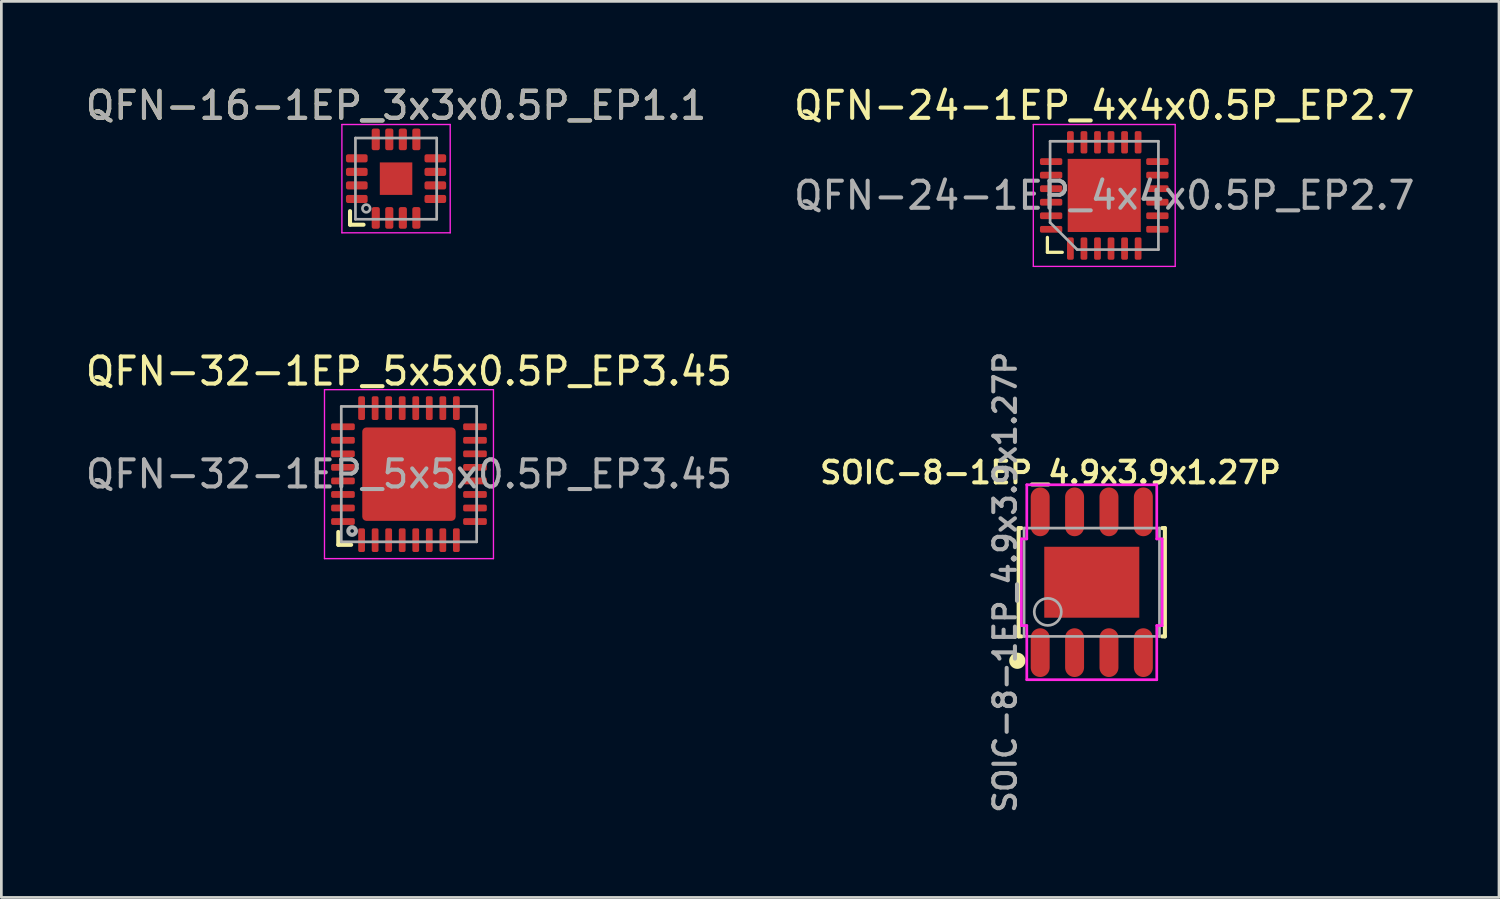
<source format=kicad_pcb>
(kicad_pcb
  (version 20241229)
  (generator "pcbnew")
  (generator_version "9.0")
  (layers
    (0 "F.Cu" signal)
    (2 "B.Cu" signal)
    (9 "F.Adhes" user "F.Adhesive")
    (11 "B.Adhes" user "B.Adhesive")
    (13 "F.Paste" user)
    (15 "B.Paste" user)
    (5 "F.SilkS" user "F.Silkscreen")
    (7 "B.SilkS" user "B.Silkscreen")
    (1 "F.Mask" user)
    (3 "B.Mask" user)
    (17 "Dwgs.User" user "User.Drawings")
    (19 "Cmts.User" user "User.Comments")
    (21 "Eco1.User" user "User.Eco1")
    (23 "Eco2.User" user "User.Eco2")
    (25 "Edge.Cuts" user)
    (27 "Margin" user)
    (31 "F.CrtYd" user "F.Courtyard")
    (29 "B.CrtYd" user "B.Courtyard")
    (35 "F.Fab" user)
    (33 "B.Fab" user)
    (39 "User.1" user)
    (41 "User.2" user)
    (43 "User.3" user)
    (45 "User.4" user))
  (footprint "QFN-24-1EP_4x4x0.5P_EP2.7"
    (layer "F.Cu")
    (at 37.732 4.168)
    (property "Reference" "QFN-24-1EP_4x4x0.5P_EP2.7" (at 0 -3.32 0) (layer "F.SilkS") (effects (font (size 1 1) (thickness 0.15))))
    (attr smd)
    (fp_line (start -2.1 2.1) (end -2.1 1.55) (stroke (width 0.12) (type solid)) (layer "F.SilkS"))
    (fp_line (start -2.1 2.1) (end -1.55 2.1) (stroke (width 0.12) (type solid)) (layer "F.SilkS"))
    (fp_line (start -2.62 -2.62) (end -2.62 2.62) (stroke (width 0.05) (type solid)) (layer "F.CrtYd"))
    (fp_line (start -2.62 2.62) (end 2.62 2.62) (stroke (width 0.05) (type solid)) (layer "F.CrtYd"))
    (fp_line (start 2.62 -2.62) (end -2.62 -2.62) (stroke (width 0.05) (type solid)) (layer "F.CrtYd"))
    (fp_line (start 2.62 2.62) (end 2.62 -2.62) (stroke (width 0.05) (type solid)) (layer "F.CrtYd"))
    (fp_line (start -2 -2) (end 2 -2) (stroke (width 0.1) (type solid)) (layer "F.Fab"))
    (fp_line (start -2 1) (end -2 -2) (stroke (width 0.1) (type solid)) (layer "F.Fab"))
    (fp_line (start -1 2) (end -2 1) (stroke (width 0.1) (type solid)) (layer "F.Fab"))
    (fp_line (start 2 -2) (end 2 2) (stroke (width 0.1) (type solid)) (layer "F.Fab"))
    (fp_line (start 2 2) (end -1 2) (stroke (width 0.1) (type solid)) (layer "F.Fab"))
    (fp_text user "${REFERENCE}" (at 0 0 0) (layer "F.Fab") (effects (font (size 1 1) (thickness 0.15))))
    (pad "" smd roundrect (at -0.675 -0.675 90) (size 1.09 1.09) (layers "F.Paste") (roundrect_rratio 0.229))
    (pad "" smd roundrect (at -0.675 0.675 90) (size 1.09 1.09) (layers "F.Paste") (roundrect_rratio 0.229))
    (pad "" smd roundrect (at 0.675 -0.675 90) (size 1.09 1.09) (layers "F.Paste") (roundrect_rratio 0.229))
    (pad "" smd roundrect (at 0.675 0.675 90) (size 1.09 1.09) (layers "F.Paste") (roundrect_rratio 0.229))
    (pad "1" smd roundrect (at -1.25 1.962 90) (size 0.825 0.25) (layers "F.Cu" "F.Mask" "F.Paste") (roundrect_rratio 0.25))
    (pad "2" smd roundrect (at -0.75 1.962 90) (size 0.825 0.25) (layers "F.Cu" "F.Mask" "F.Paste") (roundrect_rratio 0.25))
    (pad "3" smd roundrect (at -0.25 1.962 90) (size 0.825 0.25) (layers "F.Cu" "F.Mask" "F.Paste") (roundrect_rratio 0.25))
    (pad "4" smd roundrect (at 0.25 1.962 90) (size 0.825 0.25) (layers "F.Cu" "F.Mask" "F.Paste") (roundrect_rratio 0.25))
    (pad "5" smd roundrect (at 0.75 1.962 90) (size 0.825 0.25) (layers "F.Cu" "F.Mask" "F.Paste") (roundrect_rratio 0.25))
    (pad "6" smd roundrect (at 1.25 1.962 90) (size 0.825 0.25) (layers "F.Cu" "F.Mask" "F.Paste") (roundrect_rratio 0.25))
    (pad "7" smd roundrect (at 1.962 1.25 90) (size 0.25 0.825) (layers "F.Cu" "F.Mask" "F.Paste") (roundrect_rratio 0.25))
    (pad "8" smd roundrect (at 1.962 0.75 90) (size 0.25 0.825) (layers "F.Cu" "F.Mask" "F.Paste") (roundrect_rratio 0.25))
    (pad "9" smd roundrect (at 1.962 0.25 90) (size 0.25 0.825) (layers "F.Cu" "F.Mask" "F.Paste") (roundrect_rratio 0.25))
    (pad "10" smd roundrect (at 1.962 -0.25 90) (size 0.25 0.825) (layers "F.Cu" "F.Mask" "F.Paste") (roundrect_rratio 0.25))
    (pad "11" smd roundrect (at 1.962 -0.75 90) (size 0.25 0.825) (layers "F.Cu" "F.Mask" "F.Paste") (roundrect_rratio 0.25))
    (pad "12" smd roundrect (at 1.962 -1.25 90) (size 0.25 0.825) (layers "F.Cu" "F.Mask" "F.Paste") (roundrect_rratio 0.25))
    (pad "13" smd roundrect (at 1.25 -1.962 90) (size 0.825 0.25) (layers "F.Cu" "F.Mask" "F.Paste") (roundrect_rratio 0.25))
    (pad "14" smd roundrect (at 0.75 -1.962 90) (size 0.825 0.25) (layers "F.Cu" "F.Mask" "F.Paste") (roundrect_rratio 0.25))
    (pad "15" smd roundrect (at 0.25 -1.962 90) (size 0.825 0.25) (layers "F.Cu" "F.Mask" "F.Paste") (roundrect_rratio 0.25))
    (pad "16" smd roundrect (at -0.25 -1.962 90) (size 0.825 0.25) (layers "F.Cu" "F.Mask" "F.Paste") (roundrect_rratio 0.25))
    (pad "17" smd roundrect (at -0.75 -1.962 90) (size 0.825 0.25) (layers "F.Cu" "F.Mask" "F.Paste") (roundrect_rratio 0.25))
    (pad "18" smd roundrect (at -1.25 -1.962 90) (size 0.825 0.25) (layers "F.Cu" "F.Mask" "F.Paste") (roundrect_rratio 0.25))
    (pad "19" smd roundrect (at -1.962 -1.25 90) (size 0.25 0.825) (layers "F.Cu" "F.Mask" "F.Paste") (roundrect_rratio 0.25))
    (pad "20" smd roundrect (at -1.962 -0.75 90) (size 0.25 0.825) (layers "F.Cu" "F.Mask" "F.Paste") (roundrect_rratio 0.25))
    (pad "21" smd roundrect (at -1.962 -0.25 90) (size 0.25 0.825) (layers "F.Cu" "F.Mask" "F.Paste") (roundrect_rratio 0.25))
    (pad "22" smd roundrect (at -1.962 0.25 90) (size 0.25 0.825) (layers "F.Cu" "F.Mask" "F.Paste") (roundrect_rratio 0.25))
    (pad "23" smd roundrect (at -1.962 0.75 90) (size 0.25 0.825) (layers "F.Cu" "F.Mask" "F.Paste") (roundrect_rratio 0.25))
    (pad "24" smd roundrect (at -1.962 1.25 90) (size 0.25 0.825) (layers "F.Cu" "F.Mask" "F.Paste") (roundrect_rratio 0.25))
    (pad "25" smd rect (at 0 0 90) (size 2.7 2.7) (layers "F.Cu" "F.Mask")))
  (footprint "QFN-16-1EP_3x3x0.5P_EP1.1"
    (layer "F.Cu")
    (at 11.577 3.548)
    (property "Reference" "QFN-16-1EP_3x3x0.5P_EP1.1" (at 0 -2.7 0) (layer "F.SilkS") (effects (font (size 1 1) (thickness 0.15))))
    (attr smd)
    (fp_line (start -1.7 1.2) (end -1.7 1.7) (stroke (width 0.15) (type solid)) (layer "F.SilkS"))
    (fp_line (start -1.7 1.7) (end -1.2 1.7) (stroke (width 0.15) (type solid)) (layer "F.SilkS"))
    (fp_line (start -2 -2) (end 2 -2) (stroke (width 0.05) (type solid)) (layer "F.CrtYd"))
    (fp_line (start -2 2) (end -2 -2) (stroke (width 0.05) (type solid)) (layer "F.CrtYd"))
    (fp_line (start 2 -2) (end 2 2) (stroke (width 0.05) (type solid)) (layer "F.CrtYd"))
    (fp_line (start 2 2) (end -2 2) (stroke (width 0.05) (type solid)) (layer "F.CrtYd"))
    (fp_line (start -1.5 -1.5) (end 1.5 -1.5) (stroke (width 0.1) (type solid)) (layer "F.Fab"))
    (fp_line (start -1.5 1.5) (end -1.5 -1.5) (stroke (width 0.1) (type solid)) (layer "F.Fab"))
    (fp_line (start 1.5 -1.5) (end 1.5 1.5) (stroke (width 0.1) (type solid)) (layer "F.Fab"))
    (fp_line (start 1.5 1.5) (end -1.5 1.5) (stroke (width 0.1) (type solid)) (layer "F.Fab"))
    (fp_circle (center -1.1 1.1) (end -1.2 1) (stroke (width 0.1) (type solid)) (fill no) (layer "F.Fab"))
    (fp_text user "${REFERENCE}" (at 0 -2.7 0) (layer "F.Fab") (effects (font (size 1 1) (thickness 0.15))))
    (pad "1" smd roundrect (at -0.75 1.45 180) (size 0.3 0.8) (layers "F.Cu" "F.Mask" "F.Paste") (roundrect_rratio 0.25))
    (pad "2" smd roundrect (at -0.25 1.45 180) (size 0.3 0.8) (layers "F.Cu" "F.Mask" "F.Paste") (roundrect_rratio 0.25))
    (pad "3" smd roundrect (at 0.25 1.45 180) (size 0.3 0.8) (layers "F.Cu" "F.Mask" "F.Paste") (roundrect_rratio 0.25))
    (pad "4" smd roundrect (at 0.75 1.45 180) (size 0.3 0.8) (layers "F.Cu" "F.Mask" "F.Paste") (roundrect_rratio 0.25))
    (pad "5" smd roundrect (at 1.45 0.75 90) (size 0.3 0.8) (layers "F.Cu" "F.Mask" "F.Paste") (roundrect_rratio 0.25))
    (pad "6" smd roundrect (at 1.45 0.25 90) (size 0.3 0.8) (layers "F.Cu" "F.Mask" "F.Paste") (roundrect_rratio 0.25))
    (pad "7" smd roundrect (at 1.45 -0.25 90) (size 0.3 0.8) (layers "F.Cu" "F.Mask" "F.Paste") (roundrect_rratio 0.25))
    (pad "8" smd roundrect (at 1.45 -0.75 90) (size 0.3 0.8) (layers "F.Cu" "F.Mask" "F.Paste") (roundrect_rratio 0.25))
    (pad "9" smd roundrect (at 0.75 -1.45 180) (size 0.3 0.8) (layers "F.Cu" "F.Mask" "F.Paste") (roundrect_rratio 0.25))
    (pad "10" smd roundrect (at 0.25 -1.45 180) (size 0.3 0.8) (layers "F.Cu" "F.Mask" "F.Paste") (roundrect_rratio 0.25))
    (pad "11" smd roundrect (at -0.25 -1.45 180) (size 0.3 0.8) (layers "F.Cu" "F.Mask" "F.Paste") (roundrect_rratio 0.25))
    (pad "12" smd roundrect (at -0.75 -1.45 180) (size 0.3 0.8) (layers "F.Cu" "F.Mask" "F.Paste") (roundrect_rratio 0.25))
    (pad "13" smd roundrect (at -1.45 -0.75 90) (size 0.3 0.8) (layers "F.Cu" "F.Mask" "F.Paste") (roundrect_rratio 0.25))
    (pad "14" smd roundrect (at -1.45 -0.25 90) (size 0.3 0.8) (layers "F.Cu" "F.Mask" "F.Paste") (roundrect_rratio 0.25))
    (pad "15" smd roundrect (at -1.45 0.25 90) (size 0.3 0.8) (layers "F.Cu" "F.Mask" "F.Paste") (roundrect_rratio 0.25))
    (pad "16" smd roundrect (at -1.45 0.75 90) (size 0.3 0.8) (layers "F.Cu" "F.Mask" "F.Paste") (roundrect_rratio 0.25))
    (pad "17" smd rect (at 0 0 90) (size 1.2 1.2) (layers "F.Cu" "F.Mask" "F.Paste")))
  (footprint "SOIC-8-1EP_4.9x3.9x1.27P"
    (layer "F.Cu")
    (at 37.271 18.453)
    (property "Reference" "SOIC-8-1EP_4.9x3.9x1.27P" (at -1.524 -4.051 0) (layer "F.SilkS") (effects (font (size 0.8 0.8) (thickness 0.15))))
    (attr smd)
    (fp_line (start -2.7 -2) (end -2.7 2) (stroke (width 0.15) (type solid)) (layer "F.SilkS"))
    (fp_line (start -2.7 2) (end -2.6 2) (stroke (width 0.15) (type solid)) (layer "F.SilkS"))
    (fp_line (start -2.6 -2) (end -2.7 -2) (stroke (width 0.15) (type solid)) (layer "F.SilkS"))
    (fp_line (start 2.6 2) (end 2.7 2) (stroke (width 0.15) (type solid)) (layer "F.SilkS"))
    (fp_line (start 2.7 -2) (end 2.6 -2) (stroke (width 0.15) (type solid)) (layer "F.SilkS"))
    (fp_line (start 2.7 2) (end 2.7 -2) (stroke (width 0.15) (type solid)) (layer "F.SilkS"))
    (fp_circle (center -2.75 2.9) (end -2.6 2.9) (stroke (width 0.3) (type solid)) (fill no) (layer "F.SilkS"))
    (fp_line (start -2.6 -1.6) (end -2.6 1.6) (stroke (width 0.1) (type solid)) (layer "F.CrtYd"))
    (fp_line (start -2.6 1.6) (end -2.4 1.6) (stroke (width 0.1) (type solid)) (layer "F.CrtYd"))
    (fp_line (start -2.4 -3.6) (end -2.4 -1.6) (stroke (width 0.1) (type solid)) (layer "F.CrtYd"))
    (fp_line (start -2.4 -1.6) (end -2.6 -1.6) (stroke (width 0.1) (type solid)) (layer "F.CrtYd"))
    (fp_line (start -2.4 1.6) (end -2.4 3.6) (stroke (width 0.1) (type solid)) (layer "F.CrtYd"))
    (fp_line (start -2.4 3.6) (end 2.4 3.6) (stroke (width 0.1) (type solid)) (layer "F.CrtYd"))
    (fp_line (start 2.4 -3.6) (end -2.4 -3.6) (stroke (width 0.1) (type solid)) (layer "F.CrtYd"))
    (fp_line (start 2.4 -1.6) (end 2.4 -3.6) (stroke (width 0.1) (type solid)) (layer "F.CrtYd"))
    (fp_line (start 2.4 1.6) (end 2.6 1.6) (stroke (width 0.1) (type solid)) (layer "F.CrtYd"))
    (fp_line (start 2.4 3.6) (end 2.4 1.6) (stroke (width 0.1) (type solid)) (layer "F.CrtYd"))
    (fp_line (start 2.6 -1.6) (end 2.4 -1.6) (stroke (width 0.1) (type solid)) (layer "F.CrtYd"))
    (fp_line (start 2.6 1.6) (end 2.6 -1.6) (stroke (width 0.1) (type solid)) (layer "F.CrtYd"))
    (fp_line (start -2.5 -2) (end 2.5 -2) (stroke (width 0.1) (type solid)) (layer "F.Fab"))
    (fp_line (start -2.5 2) (end -2.5 -2) (stroke (width 0.1) (type solid)) (layer "F.Fab"))
    (fp_line (start 2.5 2) (end -2.5 2) (stroke (width 0.1) (type solid)) (layer "F.Fab"))
    (fp_line (start 2.5 2) (end 2.5 -2) (stroke (width 0.1) (type solid)) (layer "F.Fab"))
    (fp_circle (center -1.625 1.095) (end -1.125 1.095) (stroke (width 0.1) (type solid)) (fill no) (layer "F.Fab"))
    (fp_text user "${REFERENCE}" (at -3.2 0 90) (layer "F.Fab") (effects (font (size 0.8 0.8) (thickness 0.15))))
    (pad "1" smd oval (at -1.905 2.6 180) (size 0.7 1.8) (layers "F.Cu" "F.Mask" "F.Paste"))
    (pad "2" smd oval (at -0.635 2.6 180) (size 0.7 1.8) (layers "F.Cu" "F.Mask" "F.Paste"))
    (pad "3" smd oval (at 0.635 2.6 180) (size 0.7 1.8) (layers "F.Cu" "F.Mask" "F.Paste"))
    (pad "4" smd oval (at 1.905 2.6 180) (size 0.7 1.8) (layers "F.Cu" "F.Mask" "F.Paste"))
    (pad "5" smd oval (at 1.905 -2.6 180) (size 0.7 1.8) (layers "F.Cu" "F.Mask" "F.Paste"))
    (pad "6" smd oval (at 0.635 -2.6 180) (size 0.7 1.8) (layers "F.Cu" "F.Mask" "F.Paste"))
    (pad "7" smd oval (at -0.635 -2.6 180) (size 0.7 1.8) (layers "F.Cu" "F.Mask" "F.Paste"))
    (pad "8" smd oval (at -1.905 -2.6 180) (size 0.7 1.8) (layers "F.Cu" "F.Mask" "F.Paste"))
    (pad "9" smd rect (at 0 0 180) (size 3.51 2.62) (layers "F.Cu" "F.Mask" "F.Paste")))
  (footprint "QFN-32-1EP_5x5x0.5P_EP3.45"
    (layer "F.Cu")
    (at 12.054 14.461)
    (property "Reference" "QFN-32-1EP_5x5x0.5P_EP3.45" (at 0 -3.8 180) (layer "F.SilkS") (effects (font (size 1 1) (thickness 0.15))))
    (attr smd)
    (fp_line (start -2.61 2.135) (end -2.61 2.61) (stroke (width 0.15) (type solid)) (layer "F.SilkS"))
    (fp_line (start -2.61 2.61) (end -2.135 2.61) (stroke (width 0.15) (type solid)) (layer "F.SilkS"))
    (fp_poly (pts (xy -0.3 -0.3) (xy -1.3 -0.3) (xy -1.3 -1.3) (xy -0.3 -1.3)) (stroke (width 0.1) (type solid)) (fill yes) (layer "F.Paste"))
    (fp_poly (pts (xy -0.3 1.3) (xy -1.3 1.3) (xy -1.3 0.3) (xy -0.3 0.3)) (stroke (width 0.1) (type solid)) (fill yes) (layer "F.Paste"))
    (fp_poly (pts (xy 1.3 -0.3) (xy 0.3 -0.3) (xy 0.3 -1.3) (xy 1.3 -1.3)) (stroke (width 0.1) (type solid)) (fill yes) (layer "F.Paste"))
    (fp_poly (pts (xy 1.3 1.3) (xy 0.3 1.3) (xy 0.3 0.3) (xy 1.3 0.3)) (stroke (width 0.1) (type solid)) (fill yes) (layer "F.Paste"))
    (fp_line (start -3.12 -3.12) (end -3.12 3.12) (stroke (width 0.05) (type solid)) (layer "F.CrtYd"))
    (fp_line (start -3.12 3.12) (end 3.12 3.12) (stroke (width 0.05) (type solid)) (layer "F.CrtYd"))
    (fp_line (start 3.12 -3.12) (end -3.12 -3.12) (stroke (width 0.05) (type solid)) (layer "F.CrtYd"))
    (fp_line (start 3.12 3.12) (end 3.12 -3.12) (stroke (width 0.05) (type solid)) (layer "F.CrtYd"))
    (fp_line (start -2.5 -2.5) (end 2.5 -2.5) (stroke (width 0.1) (type solid)) (layer "F.Fab"))
    (fp_line (start -2.5 2.5) (end -2.5 -2.5) (stroke (width 0.1) (type solid)) (layer "F.Fab"))
    (fp_line (start 2.5 -2.5) (end 2.5 2.5) (stroke (width 0.1) (type solid)) (layer "F.Fab"))
    (fp_line (start 2.5 2.5) (end -2.5 2.5) (stroke (width 0.1) (type solid)) (layer "F.Fab"))
    (fp_circle (center -2.1 2.1) (end -1.959 2.1) (stroke (width 0.15) (type solid)) (fill no) (layer "F.Fab"))
    (fp_text user "${REFERENCE}" (at 0 0 180) (layer "F.Fab") (effects (font (size 1 1) (thickness 0.15))))
    (pad "1" smd roundrect (at -1.75 2.438 90) (size 0.875 0.25) (layers "F.Cu" "F.Mask" "F.Paste") (roundrect_rratio 0.25))
    (pad "2" smd roundrect (at -1.25 2.438 90) (size 0.875 0.25) (layers "F.Cu" "F.Mask" "F.Paste") (roundrect_rratio 0.25))
    (pad "3" smd roundrect (at -0.75 2.438 90) (size 0.875 0.25) (layers "F.Cu" "F.Mask" "F.Paste") (roundrect_rratio 0.25))
    (pad "4" smd roundrect (at -0.25 2.438 90) (size 0.875 0.25) (layers "F.Cu" "F.Mask" "F.Paste") (roundrect_rratio 0.25))
    (pad "5" smd roundrect (at 0.25 2.438 90) (size 0.875 0.25) (layers "F.Cu" "F.Mask" "F.Paste") (roundrect_rratio 0.25))
    (pad "6" smd roundrect (at 0.75 2.438 90) (size 0.875 0.25) (layers "F.Cu" "F.Mask" "F.Paste") (roundrect_rratio 0.25))
    (pad "7" smd roundrect (at 1.25 2.438 90) (size 0.875 0.25) (layers "F.Cu" "F.Mask" "F.Paste") (roundrect_rratio 0.25))
    (pad "8" smd roundrect (at 1.75 2.438 90) (size 0.875 0.25) (layers "F.Cu" "F.Mask" "F.Paste") (roundrect_rratio 0.25))
    (pad "9" smd roundrect (at 2.438 1.75 90) (size 0.25 0.875) (layers "F.Cu" "F.Mask" "F.Paste") (roundrect_rratio 0.25))
    (pad "10" smd roundrect (at 2.438 1.25 90) (size 0.25 0.875) (layers "F.Cu" "F.Mask" "F.Paste") (roundrect_rratio 0.25))
    (pad "11" smd roundrect (at 2.438 0.75 90) (size 0.25 0.875) (layers "F.Cu" "F.Mask" "F.Paste") (roundrect_rratio 0.25))
    (pad "12" smd roundrect (at 2.438 0.25 90) (size 0.25 0.875) (layers "F.Cu" "F.Mask" "F.Paste") (roundrect_rratio 0.25))
    (pad "13" smd roundrect (at 2.438 -0.25 90) (size 0.25 0.875) (layers "F.Cu" "F.Mask" "F.Paste") (roundrect_rratio 0.25))
    (pad "14" smd roundrect (at 2.438 -0.75 90) (size 0.25 0.875) (layers "F.Cu" "F.Mask" "F.Paste") (roundrect_rratio 0.25))
    (pad "15" smd roundrect (at 2.438 -1.25 90) (size 0.25 0.875) (layers "F.Cu" "F.Mask" "F.Paste") (roundrect_rratio 0.25))
    (pad "16" smd roundrect (at 2.438 -1.75 90) (size 0.25 0.875) (layers "F.Cu" "F.Mask" "F.Paste") (roundrect_rratio 0.25))
    (pad "17" smd roundrect (at 1.75 -2.438 90) (size 0.875 0.25) (layers "F.Cu" "F.Mask" "F.Paste") (roundrect_rratio 0.25))
    (pad "18" smd roundrect (at 1.25 -2.438 90) (size 0.875 0.25) (layers "F.Cu" "F.Mask" "F.Paste") (roundrect_rratio 0.25))
    (pad "19" smd roundrect (at 0.75 -2.438 90) (size 0.875 0.25) (layers "F.Cu" "F.Mask" "F.Paste") (roundrect_rratio 0.25))
    (pad "20" smd roundrect (at 0.25 -2.438 90) (size 0.875 0.25) (layers "F.Cu" "F.Mask" "F.Paste") (roundrect_rratio 0.25))
    (pad "21" smd roundrect (at -0.25 -2.438 90) (size 0.875 0.25) (layers "F.Cu" "F.Mask" "F.Paste") (roundrect_rratio 0.25))
    (pad "22" smd roundrect (at -0.75 -2.438 90) (size 0.875 0.25) (layers "F.Cu" "F.Mask" "F.Paste") (roundrect_rratio 0.25))
    (pad "23" smd roundrect (at -1.25 -2.438 90) (size 0.875 0.25) (layers "F.Cu" "F.Mask" "F.Paste") (roundrect_rratio 0.25))
    (pad "24" smd roundrect (at -1.75 -2.438 90) (size 0.875 0.25) (layers "F.Cu" "F.Mask" "F.Paste") (roundrect_rratio 0.25))
    (pad "25" smd roundrect (at -2.438 -1.75 90) (size 0.25 0.875) (layers "F.Cu" "F.Mask" "F.Paste") (roundrect_rratio 0.25))
    (pad "26" smd roundrect (at -2.438 -1.25 90) (size 0.25 0.875) (layers "F.Cu" "F.Mask" "F.Paste") (roundrect_rratio 0.25))
    (pad "27" smd roundrect (at -2.438 -0.75 90) (size 0.25 0.875) (layers "F.Cu" "F.Mask" "F.Paste") (roundrect_rratio 0.25))
    (pad "28" smd roundrect (at -2.438 -0.25 90) (size 0.25 0.875) (layers "F.Cu" "F.Mask" "F.Paste") (roundrect_rratio 0.25))
    (pad "29" smd roundrect (at -2.438 0.25 90) (size 0.25 0.875) (layers "F.Cu" "F.Mask" "F.Paste") (roundrect_rratio 0.25))
    (pad "30" smd roundrect (at -2.438 0.75 90) (size 0.25 0.875) (layers "F.Cu" "F.Mask" "F.Paste") (roundrect_rratio 0.25))
    (pad "31" smd roundrect (at -2.438 1.25 90) (size 0.25 0.875) (layers "F.Cu" "F.Mask" "F.Paste") (roundrect_rratio 0.25))
    (pad "32" smd roundrect (at -2.438 1.75 90) (size 0.25 0.875) (layers "F.Cu" "F.Mask" "F.Paste") (roundrect_rratio 0.25))
    (pad "33" smd roundrect (at 0 0 90) (size 3.45 3.45) (layers "F.Cu" "F.Mask") (roundrect_rratio 0.045)))
  (gr_rect
    (start -3 -3)
    (end 52.31 30.094)
    (stroke (width 0.1) (type default))
    (fill no)
    (layer "Edge.Cuts")))
</source>
